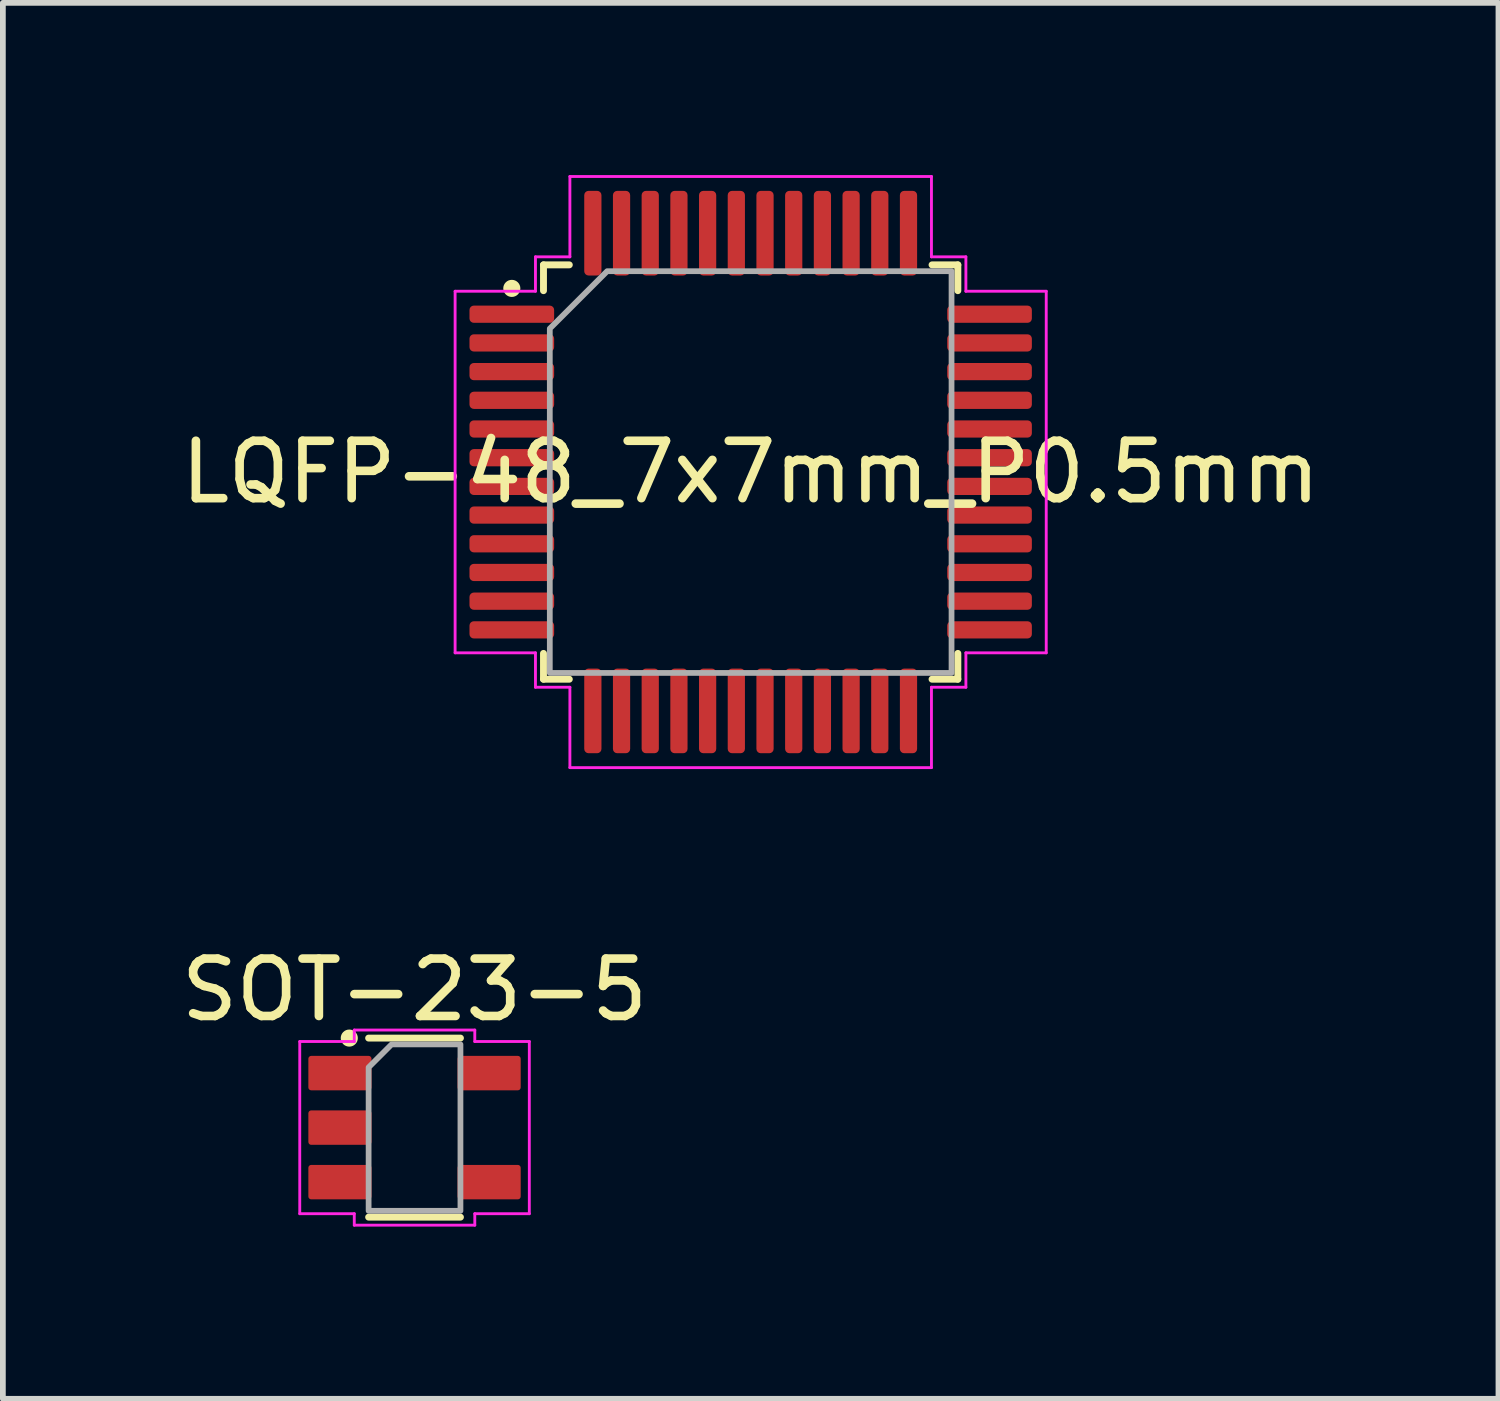
<source format=kicad_pcb>
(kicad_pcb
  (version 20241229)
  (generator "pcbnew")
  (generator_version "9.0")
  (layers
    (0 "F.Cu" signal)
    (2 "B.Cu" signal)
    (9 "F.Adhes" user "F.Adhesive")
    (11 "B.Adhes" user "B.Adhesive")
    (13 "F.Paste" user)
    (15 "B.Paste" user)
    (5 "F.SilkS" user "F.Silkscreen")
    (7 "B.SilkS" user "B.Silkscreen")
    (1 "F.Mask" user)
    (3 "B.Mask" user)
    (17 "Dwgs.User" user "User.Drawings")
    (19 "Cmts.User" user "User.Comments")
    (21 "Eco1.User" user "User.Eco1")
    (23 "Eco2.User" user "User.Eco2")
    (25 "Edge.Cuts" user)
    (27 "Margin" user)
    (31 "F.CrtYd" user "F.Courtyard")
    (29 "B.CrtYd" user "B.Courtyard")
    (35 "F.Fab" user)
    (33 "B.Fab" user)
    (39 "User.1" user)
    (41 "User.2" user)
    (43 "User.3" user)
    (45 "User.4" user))
  (footprint "LQFP-48_7x7mm_P0.5mm"
    (layer "F.Cu")
    (at 10.03 5.175)
    (property "Reference" "LQFP-48_7x7mm_P0.5mm" (at 0 0 0) (layer "F.SilkS") (effects (font (size 1 1) (thickness 0.15))))
    (attr smd)
    (fp_line (start -3.61 -3.61) (end -3.16 -3.61) (stroke (width 0.12) (type solid)) (layer "F.SilkS"))
    (fp_line (start -3.61 -3.16) (end -3.61 -3.61) (stroke (width 0.12) (type solid)) (layer "F.SilkS"))
    (fp_line (start -3.61 3.61) (end -3.61 3.16) (stroke (width 0.12) (type solid)) (layer "F.SilkS"))
    (fp_line (start -3.16 3.61) (end -3.61 3.61) (stroke (width 0.12) (type solid)) (layer "F.SilkS"))
    (fp_line (start 3.16 -3.61) (end 3.61 -3.61) (stroke (width 0.12) (type solid)) (layer "F.SilkS"))
    (fp_line (start 3.61 -3.61) (end 3.61 -3.16) (stroke (width 0.12) (type solid)) (layer "F.SilkS"))
    (fp_line (start 3.61 3.16) (end 3.61 3.61) (stroke (width 0.12) (type solid)) (layer "F.SilkS"))
    (fp_line (start 3.61 3.61) (end 3.16 3.61) (stroke (width 0.12) (type solid)) (layer "F.SilkS"))
    (fp_circle (center -4.162 -3.2) (end -4.013 -3.2) (stroke (width 0) (type solid)) (fill yes) (layer "F.SilkS"))
    (fp_line (start -5.15 -3.15) (end -3.75 -3.15) (stroke (width 0.05) (type solid)) (layer "F.CrtYd"))
    (fp_line (start -5.15 3.15) (end -5.15 -3.15) (stroke (width 0.05) (type solid)) (layer "F.CrtYd"))
    (fp_line (start -3.75 -3.75) (end -3.15 -3.75) (stroke (width 0.05) (type solid)) (layer "F.CrtYd"))
    (fp_line (start -3.75 -3.15) (end -3.75 -3.75) (stroke (width 0.05) (type solid)) (layer "F.CrtYd"))
    (fp_line (start -3.75 3.15) (end -5.15 3.15) (stroke (width 0.05) (type solid)) (layer "F.CrtYd"))
    (fp_line (start -3.75 3.75) (end -3.75 3.15) (stroke (width 0.05) (type solid)) (layer "F.CrtYd"))
    (fp_line (start -3.15 -5.15) (end 3.15 -5.15) (stroke (width 0.05) (type solid)) (layer "F.CrtYd"))
    (fp_line (start -3.15 -3.75) (end -3.15 -5.15) (stroke (width 0.05) (type solid)) (layer "F.CrtYd"))
    (fp_line (start -3.15 3.75) (end -3.75 3.75) (stroke (width 0.05) (type solid)) (layer "F.CrtYd"))
    (fp_line (start -3.15 5.15) (end -3.15 3.75) (stroke (width 0.05) (type solid)) (layer "F.CrtYd"))
    (fp_line (start 3.15 -5.15) (end 3.15 -3.75) (stroke (width 0.05) (type solid)) (layer "F.CrtYd"))
    (fp_line (start 3.15 -3.75) (end 3.75 -3.75) (stroke (width 0.05) (type solid)) (layer "F.CrtYd"))
    (fp_line (start 3.15 3.75) (end 3.15 5.15) (stroke (width 0.05) (type solid)) (layer "F.CrtYd"))
    (fp_line (start 3.15 5.15) (end -3.15 5.15) (stroke (width 0.05) (type solid)) (layer "F.CrtYd"))
    (fp_line (start 3.75 -3.75) (end 3.75 -3.15) (stroke (width 0.05) (type solid)) (layer "F.CrtYd"))
    (fp_line (start 3.75 -3.15) (end 5.15 -3.15) (stroke (width 0.05) (type solid)) (layer "F.CrtYd"))
    (fp_line (start 3.75 3.15) (end 3.75 3.75) (stroke (width 0.05) (type solid)) (layer "F.CrtYd"))
    (fp_line (start 3.75 3.75) (end 3.15 3.75) (stroke (width 0.05) (type solid)) (layer "F.CrtYd"))
    (fp_line (start 5.15 -3.15) (end 5.15 3.15) (stroke (width 0.05) (type solid)) (layer "F.CrtYd"))
    (fp_line (start 5.15 3.15) (end 3.75 3.15) (stroke (width 0.05) (type solid)) (layer "F.CrtYd"))
    (fp_poly (pts (xy -3.5 -2.5) (xy -3.5 3.5) (xy 3.5 3.5) (xy 3.5 -3.5) (xy -2.5 -3.5)) (stroke (width 0.1) (type solid)) (fill no) (layer "F.Fab"))
    (pad "1" smd roundrect (at -4.162 -2.75) (size 1.475 0.3) (layers "F.Cu" "F.Mask" "F.Paste") (roundrect_rratio 0.25))
    (pad "2" smd roundrect (at -4.162 -2.25) (size 1.475 0.3) (layers "F.Cu" "F.Mask" "F.Paste") (roundrect_rratio 0.25))
    (pad "3" smd roundrect (at -4.162 -1.75) (size 1.475 0.3) (layers "F.Cu" "F.Mask" "F.Paste") (roundrect_rratio 0.25))
    (pad "4" smd roundrect (at -4.162 -1.25) (size 1.475 0.3) (layers "F.Cu" "F.Mask" "F.Paste") (roundrect_rratio 0.25))
    (pad "5" smd roundrect (at -4.162 -0.75) (size 1.475 0.3) (layers "F.Cu" "F.Mask" "F.Paste") (roundrect_rratio 0.25))
    (pad "6" smd roundrect (at -4.162 -0.25) (size 1.475 0.3) (layers "F.Cu" "F.Mask" "F.Paste") (roundrect_rratio 0.25))
    (pad "7" smd roundrect (at -4.162 0.25) (size 1.475 0.3) (layers "F.Cu" "F.Mask" "F.Paste") (roundrect_rratio 0.25))
    (pad "8" smd roundrect (at -4.162 0.75) (size 1.475 0.3) (layers "F.Cu" "F.Mask" "F.Paste") (roundrect_rratio 0.25))
    (pad "9" smd roundrect (at -4.162 1.25) (size 1.475 0.3) (layers "F.Cu" "F.Mask" "F.Paste") (roundrect_rratio 0.25))
    (pad "10" smd roundrect (at -4.162 1.75) (size 1.475 0.3) (layers "F.Cu" "F.Mask" "F.Paste") (roundrect_rratio 0.25))
    (pad "11" smd roundrect (at -4.162 2.25) (size 1.475 0.3) (layers "F.Cu" "F.Mask" "F.Paste") (roundrect_rratio 0.25))
    (pad "12" smd roundrect (at -4.162 2.75) (size 1.475 0.3) (layers "F.Cu" "F.Mask" "F.Paste") (roundrect_rratio 0.25))
    (pad "13" smd roundrect (at -2.75 4.162) (size 0.3 1.475) (layers "F.Cu" "F.Mask" "F.Paste") (roundrect_rratio 0.25))
    (pad "14" smd roundrect (at -2.25 4.162) (size 0.3 1.475) (layers "F.Cu" "F.Mask" "F.Paste") (roundrect_rratio 0.25))
    (pad "15" smd roundrect (at -1.75 4.162) (size 0.3 1.475) (layers "F.Cu" "F.Mask" "F.Paste") (roundrect_rratio 0.25))
    (pad "16" smd roundrect (at -1.25 4.162) (size 0.3 1.475) (layers "F.Cu" "F.Mask" "F.Paste") (roundrect_rratio 0.25))
    (pad "17" smd roundrect (at -0.75 4.162) (size 0.3 1.475) (layers "F.Cu" "F.Mask" "F.Paste") (roundrect_rratio 0.25))
    (pad "18" smd roundrect (at -0.25 4.162) (size 0.3 1.475) (layers "F.Cu" "F.Mask" "F.Paste") (roundrect_rratio 0.25))
    (pad "19" smd roundrect (at 0.25 4.162) (size 0.3 1.475) (layers "F.Cu" "F.Mask" "F.Paste") (roundrect_rratio 0.25))
    (pad "20" smd roundrect (at 0.75 4.162) (size 0.3 1.475) (layers "F.Cu" "F.Mask" "F.Paste") (roundrect_rratio 0.25))
    (pad "21" smd roundrect (at 1.25 4.162) (size 0.3 1.475) (layers "F.Cu" "F.Mask" "F.Paste") (roundrect_rratio 0.25))
    (pad "22" smd roundrect (at 1.75 4.162) (size 0.3 1.475) (layers "F.Cu" "F.Mask" "F.Paste") (roundrect_rratio 0.25))
    (pad "23" smd roundrect (at 2.25 4.162) (size 0.3 1.475) (layers "F.Cu" "F.Mask" "F.Paste") (roundrect_rratio 0.25))
    (pad "24" smd roundrect (at 2.75 4.162) (size 0.3 1.475) (layers "F.Cu" "F.Mask" "F.Paste") (roundrect_rratio 0.25))
    (pad "25" smd roundrect (at 4.162 2.75) (size 1.475 0.3) (layers "F.Cu" "F.Mask" "F.Paste") (roundrect_rratio 0.25))
    (pad "26" smd roundrect (at 4.162 2.25) (size 1.475 0.3) (layers "F.Cu" "F.Mask" "F.Paste") (roundrect_rratio 0.25))
    (pad "27" smd roundrect (at 4.162 1.75) (size 1.475 0.3) (layers "F.Cu" "F.Mask" "F.Paste") (roundrect_rratio 0.25))
    (pad "28" smd roundrect (at 4.162 1.25) (size 1.475 0.3) (layers "F.Cu" "F.Mask" "F.Paste") (roundrect_rratio 0.25))
    (pad "29" smd roundrect (at 4.162 0.75) (size 1.475 0.3) (layers "F.Cu" "F.Mask" "F.Paste") (roundrect_rratio 0.25))
    (pad "30" smd roundrect (at 4.162 0.25) (size 1.475 0.3) (layers "F.Cu" "F.Mask" "F.Paste") (roundrect_rratio 0.25))
    (pad "31" smd roundrect (at 4.162 -0.25) (size 1.475 0.3) (layers "F.Cu" "F.Mask" "F.Paste") (roundrect_rratio 0.25))
    (pad "32" smd roundrect (at 4.162 -0.75) (size 1.475 0.3) (layers "F.Cu" "F.Mask" "F.Paste") (roundrect_rratio 0.25))
    (pad "33" smd roundrect (at 4.162 -1.25) (size 1.475 0.3) (layers "F.Cu" "F.Mask" "F.Paste") (roundrect_rratio 0.25))
    (pad "34" smd roundrect (at 4.162 -1.75) (size 1.475 0.3) (layers "F.Cu" "F.Mask" "F.Paste") (roundrect_rratio 0.25))
    (pad "35" smd roundrect (at 4.162 -2.25) (size 1.475 0.3) (layers "F.Cu" "F.Mask" "F.Paste") (roundrect_rratio 0.25))
    (pad "36" smd roundrect (at 4.162 -2.75) (size 1.475 0.3) (layers "F.Cu" "F.Mask" "F.Paste") (roundrect_rratio 0.25))
    (pad "37" smd roundrect (at 2.75 -4.162) (size 0.3 1.475) (layers "F.Cu" "F.Mask" "F.Paste") (roundrect_rratio 0.25))
    (pad "38" smd roundrect (at 2.25 -4.162) (size 0.3 1.475) (layers "F.Cu" "F.Mask" "F.Paste") (roundrect_rratio 0.25))
    (pad "39" smd roundrect (at 1.75 -4.162) (size 0.3 1.475) (layers "F.Cu" "F.Mask" "F.Paste") (roundrect_rratio 0.25))
    (pad "40" smd roundrect (at 1.25 -4.162) (size 0.3 1.475) (layers "F.Cu" "F.Mask" "F.Paste") (roundrect_rratio 0.25))
    (pad "41" smd roundrect (at 0.75 -4.162) (size 0.3 1.475) (layers "F.Cu" "F.Mask" "F.Paste") (roundrect_rratio 0.25))
    (pad "42" smd roundrect (at 0.25 -4.162) (size 0.3 1.475) (layers "F.Cu" "F.Mask" "F.Paste") (roundrect_rratio 0.25))
    (pad "43" smd roundrect (at -0.25 -4.162) (size 0.3 1.475) (layers "F.Cu" "F.Mask" "F.Paste") (roundrect_rratio 0.25))
    (pad "44" smd roundrect (at -0.75 -4.162) (size 0.3 1.475) (layers "F.Cu" "F.Mask" "F.Paste") (roundrect_rratio 0.25))
    (pad "45" smd roundrect (at -1.25 -4.162) (size 0.3 1.475) (layers "F.Cu" "F.Mask" "F.Paste") (roundrect_rratio 0.25))
    (pad "46" smd roundrect (at -1.75 -4.162) (size 0.3 1.475) (layers "F.Cu" "F.Mask" "F.Paste") (roundrect_rratio 0.25))
    (pad "47" smd roundrect (at -2.25 -4.162) (size 0.3 1.475) (layers "F.Cu" "F.Mask" "F.Paste") (roundrect_rratio 0.25))
    (pad "48" smd roundrect (at -2.75 -4.162) (size 0.3 1.475) (layers "F.Cu" "F.Mask" "F.Paste") (roundrect_rratio 0.25)))
  (footprint "SOT-23-5"
    (layer "F.Cu")
    (at 4.173 16.598)
    (property "Reference" "SOT-23-5" (at 0 -2.4 0) (layer "F.SilkS") (effects (font (size 1 1) (thickness 0.15))))
    (attr smd)
    (fp_line (start -0.8 -1.56) (end 0.8 -1.56) (stroke (width 0.12) (type solid)) (layer "F.SilkS"))
    (fp_line (start 0.8 1.56) (end -0.8 1.56) (stroke (width 0.12) (type solid)) (layer "F.SilkS"))
    (fp_circle (center -1.137 -1.56) (end -0.988 -1.56) (stroke (width 0) (type solid)) (fill yes) (layer "F.SilkS"))
    (fp_line (start -2 -1.5) (end -1.05 -1.5) (stroke (width 0.05) (type solid)) (layer "F.CrtYd"))
    (fp_line (start -2 1.5) (end -2 -1.5) (stroke (width 0.05) (type solid)) (layer "F.CrtYd"))
    (fp_line (start -1.05 -1.7) (end 1.05 -1.7) (stroke (width 0.05) (type solid)) (layer "F.CrtYd"))
    (fp_line (start -1.05 -1.5) (end -1.05 -1.7) (stroke (width 0.05) (type solid)) (layer "F.CrtYd"))
    (fp_line (start -1.05 1.5) (end -2 1.5) (stroke (width 0.05) (type solid)) (layer "F.CrtYd"))
    (fp_line (start -1.05 1.7) (end -1.05 1.5) (stroke (width 0.05) (type solid)) (layer "F.CrtYd"))
    (fp_line (start 1.05 -1.7) (end 1.05 -1.5) (stroke (width 0.05) (type solid)) (layer "F.CrtYd"))
    (fp_line (start 1.05 -1.5) (end 2 -1.5) (stroke (width 0.05) (type solid)) (layer "F.CrtYd"))
    (fp_line (start 1.05 1.5) (end 1.05 1.7) (stroke (width 0.05) (type solid)) (layer "F.CrtYd"))
    (fp_line (start 1.05 1.7) (end -1.05 1.7) (stroke (width 0.05) (type solid)) (layer "F.CrtYd"))
    (fp_line (start 2 -1.5) (end 2 1.5) (stroke (width 0.05) (type solid)) (layer "F.CrtYd"))
    (fp_line (start 2 1.5) (end 1.05 1.5) (stroke (width 0.05) (type solid)) (layer "F.CrtYd"))
    (fp_poly (pts (xy -0.8 -1.05) (xy -0.8 1.45) (xy 0.8 1.45) (xy 0.8 -1.45) (xy -0.4 -1.45)) (stroke (width 0.1) (type solid)) (fill no) (layer "F.Fab"))
    (pad "1" smd roundrect (at -1.3 -0.95) (size 1.1 0.6) (layers "F.Cu" "F.Mask" "F.Paste") (roundrect_rratio 0.083))
    (pad "2" smd roundrect (at -1.3 0) (size 1.1 0.6) (layers "F.Cu" "F.Mask" "F.Paste") (roundrect_rratio 0.083))
    (pad "3" smd roundrect (at -1.3 0.95) (size 1.1 0.6) (layers "F.Cu" "F.Mask" "F.Paste") (roundrect_rratio 0.083))
    (pad "4" smd roundrect (at 1.3 0.95) (size 1.1 0.6) (layers "F.Cu" "F.Mask" "F.Paste") (roundrect_rratio 0.083))
    (pad "5" smd roundrect (at 1.3 -0.95) (size 1.1 0.6) (layers "F.Cu" "F.Mask" "F.Paste") (roundrect_rratio 0.083)))
  (gr_rect
    (start -3 -3)
    (end 23.06 21.323)
    (stroke (width 0.1) (type default))
    (fill no)
    (layer "Edge.Cuts")))
</source>
